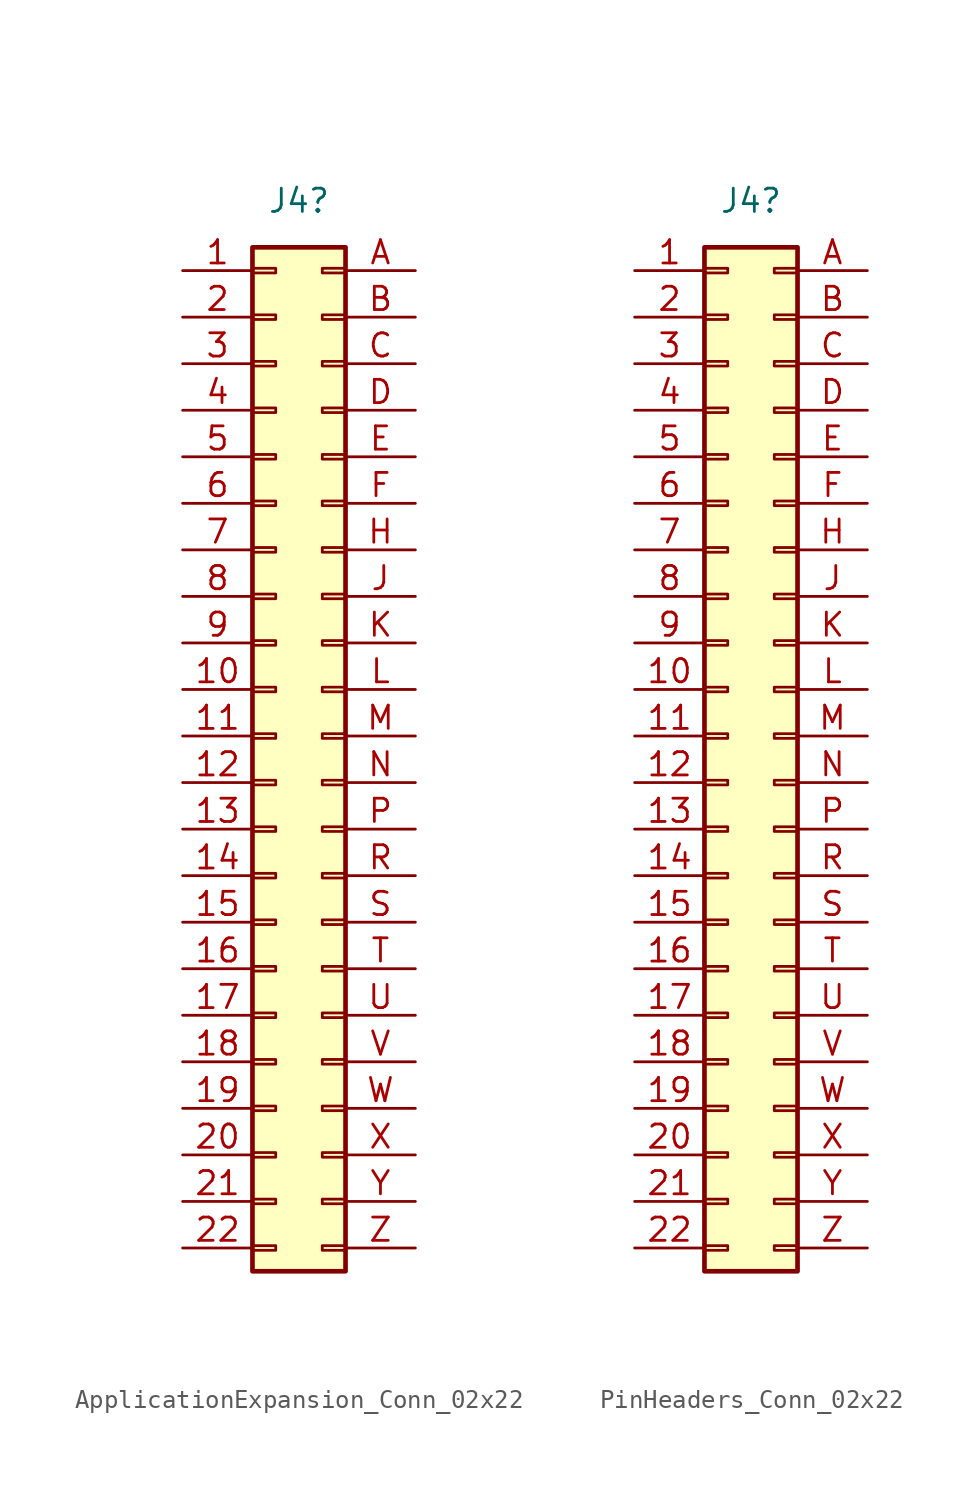
<source format=kicad_sym>
(kicad_symbol_lib
  (version 20231120)
  (generator "kicad_symbol_editor")
  (generator_version "8.0")
  (symbol "ApplicationExpansion_Conn_02x22"
    (pin_names
      (offset 1.016) hide)
    (property "Reference" "J4"
      (at 1.27 29.21 0)
      (effects (font (size 1.27 1.27))))
    (symbol "ApplicationExpansion_Conn_02x22_1_1"
      (rectangle (start -1.27 -27.813) (end 0 -28.067) (stroke (width 0.152) (type default)) (fill (type none)))
      (rectangle (start -1.27 -25.273) (end 0 -25.527) (stroke (width 0.152) (type default)) (fill (type none)))
      (rectangle (start -1.27 -22.733) (end 0 -22.987) (stroke (width 0.152) (type default)) (fill (type none)))
      (rectangle (start -1.27 -20.193) (end 0 -20.447) (stroke (width 0.152) (type default)) (fill (type none)))
      (rectangle (start -1.27 -17.653) (end 0 -17.907) (stroke (width 0.152) (type default)) (fill (type none)))
      (rectangle (start -1.27 -15.113) (end 0 -15.367) (stroke (width 0.152) (type default)) (fill (type none)))
      (rectangle (start -1.27 -12.573) (end 0 -12.827) (stroke (width 0.152) (type default)) (fill (type none)))
      (rectangle (start -1.27 -10.033) (end 0 -10.287) (stroke (width 0.152) (type default)) (fill (type none)))
      (rectangle (start -1.27 -7.493) (end 0 -7.747) (stroke (width 0.152) (type default)) (fill (type none)))
      (rectangle (start -1.27 -4.953) (end 0 -5.207) (stroke (width 0.152) (type default)) (fill (type none)))
      (rectangle (start -1.27 -2.413) (end 0 -2.667) (stroke (width 0.152) (type default)) (fill (type none)))
      (rectangle (start -1.27 0.127) (end 0 -0.127) (stroke (width 0.152) (type default)) (fill (type none)))
      (rectangle (start -1.27 2.667) (end 0 2.413) (stroke (width 0.152) (type default)) (fill (type none)))
      (rectangle (start -1.27 5.207) (end 0 4.953) (stroke (width 0.152) (type default)) (fill (type none)))
      (rectangle (start -1.27 7.747) (end 0 7.493) (stroke (width 0.152) (type default)) (fill (type none)))
      (rectangle (start -1.27 10.287) (end 0 10.033) (stroke (width 0.152) (type default)) (fill (type none)))
      (rectangle (start -1.27 12.827) (end 0 12.573) (stroke (width 0.152) (type default)) (fill (type none)))
      (rectangle (start -1.27 15.367) (end 0 15.113) (stroke (width 0.152) (type default)) (fill (type none)))
      (rectangle (start -1.27 17.907) (end 0 17.653) (stroke (width 0.152) (type default)) (fill (type none)))
      (rectangle (start -1.27 20.447) (end 0 20.193) (stroke (width 0.152) (type default)) (fill (type none)))
      (rectangle (start -1.27 22.987) (end 0 22.733) (stroke (width 0.152) (type default)) (fill (type none)))
      (rectangle (start -1.27 25.527) (end 0 25.273) (stroke (width 0.152) (type default)) (fill (type none)))
      (rectangle (start -1.27 26.67) (end 3.81 -29.21) (stroke (width 0.254) (type default)) (fill (type background)))
      (rectangle (start 3.81 -27.813) (end 2.54 -28.067) (stroke (width 0.152) (type default)) (fill (type none)))
      (rectangle (start 3.81 -25.273) (end 2.54 -25.527) (stroke (width 0.152) (type default)) (fill (type none)))
      (rectangle (start 3.81 -22.733) (end 2.54 -22.987) (stroke (width 0.152) (type default)) (fill (type none)))
      (rectangle (start 3.81 -20.193) (end 2.54 -20.447) (stroke (width 0.152) (type default)) (fill (type none)))
      (rectangle (start 3.81 -17.653) (end 2.54 -17.907) (stroke (width 0.152) (type default)) (fill (type none)))
      (rectangle (start 3.81 -15.113) (end 2.54 -15.367) (stroke (width 0.152) (type default)) (fill (type none)))
      (rectangle (start 3.81 -12.573) (end 2.54 -12.827) (stroke (width 0.152) (type default)) (fill (type none)))
      (rectangle (start 3.81 -10.033) (end 2.54 -10.287) (stroke (width 0.152) (type default)) (fill (type none)))
      (rectangle (start 3.81 -7.493) (end 2.54 -7.747) (stroke (width 0.152) (type default)) (fill (type none)))
      (rectangle (start 3.81 -4.953) (end 2.54 -5.207) (stroke (width 0.152) (type default)) (fill (type none)))
      (rectangle (start 3.81 -2.413) (end 2.54 -2.667) (stroke (width 0.152) (type default)) (fill (type none)))
      (rectangle (start 3.81 0.127) (end 2.54 -0.127) (stroke (width 0.152) (type default)) (fill (type none)))
      (rectangle (start 3.81 2.667) (end 2.54 2.413) (stroke (width 0.152) (type default)) (fill (type none)))
      (rectangle (start 3.81 5.207) (end 2.54 4.953) (stroke (width 0.152) (type default)) (fill (type none)))
      (rectangle (start 3.81 7.747) (end 2.54 7.493) (stroke (width 0.152) (type default)) (fill (type none)))
      (rectangle (start 3.81 10.287) (end 2.54 10.033) (stroke (width 0.152) (type default)) (fill (type none)))
      (rectangle (start 3.81 12.827) (end 2.54 12.573) (stroke (width 0.152) (type default)) (fill (type none)))
      (rectangle (start 3.81 15.367) (end 2.54 15.113) (stroke (width 0.152) (type default)) (fill (type none)))
      (rectangle (start 3.81 17.907) (end 2.54 17.653) (stroke (width 0.152) (type default)) (fill (type none)))
      (rectangle (start 3.81 20.447) (end 2.54 20.193) (stroke (width 0.152) (type default)) (fill (type none)))
      (rectangle (start 3.81 22.987) (end 2.54 22.733) (stroke (width 0.152) (type default)) (fill (type none)))
      (rectangle (start 3.81 25.527) (end 2.54 25.273) (stroke (width 0.152) (type default)) (fill (type none)))
      (pin power_out line (at -5.08 25.4 0) (length 3.81) (name "Pin_1" (effects (font (size 1.27 1.27)))) (number "1" (effects (font (size 1.27 1.27)))))
      (pin bidirectional line (at -5.08 2.54 0) (length 3.81) (name "Pin_10" (effects (font (size 1.27 1.27)))) (number "10" (effects (font (size 1.27 1.27)))))
      (pin bidirectional line (at -5.08 0 0) (length 3.81) (name "Pin_11" (effects (font (size 1.27 1.27)))) (number "11" (effects (font (size 1.27 1.27)))))
      (pin bidirectional line (at -5.08 -2.54 0) (length 3.81) (name "Pin_12" (effects (font (size 1.27 1.27)))) (number "12" (effects (font (size 1.27 1.27)))))
      (pin bidirectional line (at -5.08 -5.08 0) (length 3.81) (name "Pin_13" (effects (font (size 1.27 1.27)))) (number "13" (effects (font (size 1.27 1.27)))))
      (pin bidirectional line (at -5.08 -7.62 0) (length 3.81) (name "Pin_14" (effects (font (size 1.27 1.27)))) (number "14" (effects (font (size 1.27 1.27)))))
      (pin bidirectional line (at -5.08 -10.16 0) (length 3.81) (name "Pin_15" (effects (font (size 1.27 1.27)))) (number "15" (effects (font (size 1.27 1.27)))))
      (pin bidirectional line (at -5.08 -12.7 0) (length 3.81) (name "Pin_16" (effects (font (size 1.27 1.27)))) (number "16" (effects (font (size 1.27 1.27)))))
      (pin bidirectional line (at -5.08 -15.24 0) (length 3.81) (name "Pin_17" (effects (font (size 1.27 1.27)))) (number "17" (effects (font (size 1.27 1.27)))))
      (pin bidirectional line (at -5.08 -17.78 0) (length 3.81) (name "Pin_18" (effects (font (size 1.27 1.27)))) (number "18" (effects (font (size 1.27 1.27)))))
      (pin bidirectional line (at -5.08 -20.32 0) (length 3.81) (name "Pin_19" (effects (font (size 1.27 1.27)))) (number "19" (effects (font (size 1.27 1.27)))))
      (pin bidirectional line (at -5.08 22.86 0) (length 3.81) (name "Pin_2" (effects (font (size 1.27 1.27)))) (number "2" (effects (font (size 1.27 1.27)))))
      (pin bidirectional line (at -5.08 -22.86 0) (length 3.81) (name "Pin_20" (effects (font (size 1.27 1.27)))) (number "20" (effects (font (size 1.27 1.27)))))
      (pin bidirectional line (at -5.08 -25.4 0) (length 3.81) (name "Pin_21" (effects (font (size 1.27 1.27)))) (number "21" (effects (font (size 1.27 1.27)))))
      (pin bidirectional line (at -5.08 -27.94 0) (length 3.81) (name "Pin_22" (effects (font (size 1.27 1.27)))) (number "22" (effects (font (size 1.27 1.27)))))
      (pin bidirectional line (at -5.08 20.32 0) (length 3.81) (name "Pin_3" (effects (font (size 1.27 1.27)))) (number "3" (effects (font (size 1.27 1.27)))))
      (pin bidirectional line (at -5.08 17.78 0) (length 3.81) (name "Pin_4" (effects (font (size 1.27 1.27)))) (number "4" (effects (font (size 1.27 1.27)))))
      (pin bidirectional line (at -5.08 15.24 0) (length 3.81) (name "Pin_5" (effects (font (size 1.27 1.27)))) (number "5" (effects (font (size 1.27 1.27)))))
      (pin bidirectional line (at -5.08 12.7 0) (length 3.81) (name "Pin_6" (effects (font (size 1.27 1.27)))) (number "6" (effects (font (size 1.27 1.27)))))
      (pin bidirectional line (at -5.08 10.16 0) (length 3.81) (name "Pin_7" (effects (font (size 1.27 1.27)))) (number "7" (effects (font (size 1.27 1.27)))))
      (pin bidirectional line (at -5.08 7.62 0) (length 3.81) (name "Pin_8" (effects (font (size 1.27 1.27)))) (number "8" (effects (font (size 1.27 1.27)))))
      (pin bidirectional line (at -5.08 5.08 0) (length 3.81) (name "Pin_9" (effects (font (size 1.27 1.27)))) (number "9" (effects (font (size 1.27 1.27)))))
      (pin bidirectional line (at 7.62 25.4 180) (length 3.81) (name "Pin_A" (effects (font (size 1.27 1.27)))) (number "A" (effects (font (size 1.27 1.27)))))
      (pin bidirectional line (at 7.62 22.86 180) (length 3.81) (name "Pin_B" (effects (font (size 1.27 1.27)))) (number "B" (effects (font (size 1.27 1.27)))))
      (pin bidirectional line (at 7.62 20.32 180) (length 3.81) (name "Pin_C" (effects (font (size 1.27 1.27)))) (number "C" (effects (font (size 1.27 1.27)))))
      (pin bidirectional line (at 7.62 17.78 180) (length 3.81) (name "Pin_D" (effects (font (size 1.27 1.27)))) (number "D" (effects (font (size 1.27 1.27)))))
      (pin bidirectional line (at 7.62 15.24 180) (length 3.81) (name "Pin_E" (effects (font (size 1.27 1.27)))) (number "E" (effects (font (size 1.27 1.27)))))
      (pin bidirectional line (at 7.62 12.7 180) (length 3.81) (name "Pin_F" (effects (font (size 1.27 1.27)))) (number "F" (effects (font (size 1.27 1.27)))))
      (pin bidirectional line (at 7.62 10.16 180) (length 3.81) (name "Pin_H" (effects (font (size 1.27 1.27)))) (number "H" (effects (font (size 1.27 1.27)))))
      (pin bidirectional line (at 7.62 7.62 180) (length 3.81) (name "Pin_J" (effects (font (size 1.27 1.27)))) (number "J" (effects (font (size 1.27 1.27)))))
      (pin bidirectional line (at 7.62 5.08 180) (length 3.81) (name "Pin_K" (effects (font (size 1.27 1.27)))) (number "K" (effects (font (size 1.27 1.27)))))
      (pin bidirectional line (at 7.62 2.54 180) (length 3.81) (name "Pin_L" (effects (font (size 1.27 1.27)))) (number "L" (effects (font (size 1.27 1.27)))))
      (pin bidirectional line (at 7.62 0 180) (length 3.81) (name "Pin_M" (effects (font (size 1.27 1.27)))) (number "M" (effects (font (size 1.27 1.27)))))
      (pin bidirectional line (at 7.62 -2.54 180) (length 3.81) (name "Pin_N" (effects (font (size 1.27 1.27)))) (number "N" (effects (font (size 1.27 1.27)))))
      (pin bidirectional line (at 7.62 -5.08 180) (length 3.81) (name "Pin_P" (effects (font (size 1.27 1.27)))) (number "P" (effects (font (size 1.27 1.27)))))
      (pin bidirectional line (at 7.62 -7.62 180) (length 3.81) (name "Pin_R" (effects (font (size 1.27 1.27)))) (number "R" (effects (font (size 1.27 1.27)))))
      (pin bidirectional line (at 7.62 -10.16 180) (length 3.81) (name "Pin_S" (effects (font (size 1.27 1.27)))) (number "S" (effects (font (size 1.27 1.27)))))
      (pin bidirectional line (at 7.62 -12.7 180) (length 3.81) (name "Pin_T" (effects (font (size 1.27 1.27)))) (number "T" (effects (font (size 1.27 1.27)))))
      (pin bidirectional line (at 7.62 -15.24 180) (length 3.81) (name "Pin_U" (effects (font (size 1.27 1.27)))) (number "U" (effects (font (size 1.27 1.27)))))
      (pin bidirectional line (at 7.62 -17.78 180) (length 3.81) (name "Pin_V" (effects (font (size 1.27 1.27)))) (number "V" (effects (font (size 1.27 1.27)))))
      (pin bidirectional line (at 7.62 -20.32 180) (length 3.81) (name "Pin_W" (effects (font (size 1.27 1.27)))) (number "W" (effects (font (size 1.27 1.27)))))
      (pin bidirectional line (at 7.62 -22.86 180) (length 3.81) (name "Pin_X" (effects (font (size 1.27 1.27)))) (number "X" (effects (font (size 1.27 1.27)))))
      (pin bidirectional line (at 7.62 -25.4 180) (length 3.81) (name "Pin_Y" (effects (font (size 1.27 1.27)))) (number "Y" (effects (font (size 1.27 1.27)))))
      (pin bidirectional line (at 7.62 -27.94 180) (length 3.81) (name "Pin_Z" (effects (font (size 1.27 1.27)))) (number "Z" (effects (font (size 1.27 1.27)))))))
  (symbol "PinHeaders_Conn_02x22"
    (pin_names
      (offset 1.016) hide)
    (property "Reference" "J4"
      (at 1.27 29.21 0)
      (effects (font (size 1.27 1.27))))
    (symbol "PinHeaders_Conn_02x22_1_1"
      (rectangle (start -1.27 -27.813) (end 0 -28.067) (stroke (width 0.152) (type default)) (fill (type none)))
      (rectangle (start -1.27 -25.273) (end 0 -25.527) (stroke (width 0.152) (type default)) (fill (type none)))
      (rectangle (start -1.27 -22.733) (end 0 -22.987) (stroke (width 0.152) (type default)) (fill (type none)))
      (rectangle (start -1.27 -20.193) (end 0 -20.447) (stroke (width 0.152) (type default)) (fill (type none)))
      (rectangle (start -1.27 -17.653) (end 0 -17.907) (stroke (width 0.152) (type default)) (fill (type none)))
      (rectangle (start -1.27 -15.113) (end 0 -15.367) (stroke (width 0.152) (type default)) (fill (type none)))
      (rectangle (start -1.27 -12.573) (end 0 -12.827) (stroke (width 0.152) (type default)) (fill (type none)))
      (rectangle (start -1.27 -10.033) (end 0 -10.287) (stroke (width 0.152) (type default)) (fill (type none)))
      (rectangle (start -1.27 -7.493) (end 0 -7.747) (stroke (width 0.152) (type default)) (fill (type none)))
      (rectangle (start -1.27 -4.953) (end 0 -5.207) (stroke (width 0.152) (type default)) (fill (type none)))
      (rectangle (start -1.27 -2.413) (end 0 -2.667) (stroke (width 0.152) (type default)) (fill (type none)))
      (rectangle (start -1.27 0.127) (end 0 -0.127) (stroke (width 0.152) (type default)) (fill (type none)))
      (rectangle (start -1.27 2.667) (end 0 2.413) (stroke (width 0.152) (type default)) (fill (type none)))
      (rectangle (start -1.27 5.207) (end 0 4.953) (stroke (width 0.152) (type default)) (fill (type none)))
      (rectangle (start -1.27 7.747) (end 0 7.493) (stroke (width 0.152) (type default)) (fill (type none)))
      (rectangle (start -1.27 10.287) (end 0 10.033) (stroke (width 0.152) (type default)) (fill (type none)))
      (rectangle (start -1.27 12.827) (end 0 12.573) (stroke (width 0.152) (type default)) (fill (type none)))
      (rectangle (start -1.27 15.367) (end 0 15.113) (stroke (width 0.152) (type default)) (fill (type none)))
      (rectangle (start -1.27 17.907) (end 0 17.653) (stroke (width 0.152) (type default)) (fill (type none)))
      (rectangle (start -1.27 20.447) (end 0 20.193) (stroke (width 0.152) (type default)) (fill (type none)))
      (rectangle (start -1.27 22.987) (end 0 22.733) (stroke (width 0.152) (type default)) (fill (type none)))
      (rectangle (start -1.27 25.527) (end 0 25.273) (stroke (width 0.152) (type default)) (fill (type none)))
      (rectangle (start -1.27 26.67) (end 3.81 -29.21) (stroke (width 0.254) (type default)) (fill (type background)))
      (rectangle (start 3.81 -27.813) (end 2.54 -28.067) (stroke (width 0.152) (type default)) (fill (type none)))
      (rectangle (start 3.81 -25.273) (end 2.54 -25.527) (stroke (width 0.152) (type default)) (fill (type none)))
      (rectangle (start 3.81 -22.733) (end 2.54 -22.987) (stroke (width 0.152) (type default)) (fill (type none)))
      (rectangle (start 3.81 -20.193) (end 2.54 -20.447) (stroke (width 0.152) (type default)) (fill (type none)))
      (rectangle (start 3.81 -17.653) (end 2.54 -17.907) (stroke (width 0.152) (type default)) (fill (type none)))
      (rectangle (start 3.81 -15.113) (end 2.54 -15.367) (stroke (width 0.152) (type default)) (fill (type none)))
      (rectangle (start 3.81 -12.573) (end 2.54 -12.827) (stroke (width 0.152) (type default)) (fill (type none)))
      (rectangle (start 3.81 -10.033) (end 2.54 -10.287) (stroke (width 0.152) (type default)) (fill (type none)))
      (rectangle (start 3.81 -7.493) (end 2.54 -7.747) (stroke (width 0.152) (type default)) (fill (type none)))
      (rectangle (start 3.81 -4.953) (end 2.54 -5.207) (stroke (width 0.152) (type default)) (fill (type none)))
      (rectangle (start 3.81 -2.413) (end 2.54 -2.667) (stroke (width 0.152) (type default)) (fill (type none)))
      (rectangle (start 3.81 0.127) (end 2.54 -0.127) (stroke (width 0.152) (type default)) (fill (type none)))
      (rectangle (start 3.81 2.667) (end 2.54 2.413) (stroke (width 0.152) (type default)) (fill (type none)))
      (rectangle (start 3.81 5.207) (end 2.54 4.953) (stroke (width 0.152) (type default)) (fill (type none)))
      (rectangle (start 3.81 7.747) (end 2.54 7.493) (stroke (width 0.152) (type default)) (fill (type none)))
      (rectangle (start 3.81 10.287) (end 2.54 10.033) (stroke (width 0.152) (type default)) (fill (type none)))
      (rectangle (start 3.81 12.827) (end 2.54 12.573) (stroke (width 0.152) (type default)) (fill (type none)))
      (rectangle (start 3.81 15.367) (end 2.54 15.113) (stroke (width 0.152) (type default)) (fill (type none)))
      (rectangle (start 3.81 17.907) (end 2.54 17.653) (stroke (width 0.152) (type default)) (fill (type none)))
      (rectangle (start 3.81 20.447) (end 2.54 20.193) (stroke (width 0.152) (type default)) (fill (type none)))
      (rectangle (start 3.81 22.987) (end 2.54 22.733) (stroke (width 0.152) (type default)) (fill (type none)))
      (rectangle (start 3.81 25.527) (end 2.54 25.273) (stroke (width 0.152) (type default)) (fill (type none)))
      (pin power_out line (at -5.08 25.4 0) (length 3.81) (name "Pin_1" (effects (font (size 1.27 1.27)))) (number "1" (effects (font (size 1.27 1.27)))))
      (pin bidirectional line (at -5.08 2.54 0) (length 3.81) (name "Pin_10" (effects (font (size 1.27 1.27)))) (number "10" (effects (font (size 1.27 1.27)))))
      (pin bidirectional line (at -5.08 0 0) (length 3.81) (name "Pin_11" (effects (font (size 1.27 1.27)))) (number "11" (effects (font (size 1.27 1.27)))))
      (pin bidirectional line (at -5.08 -2.54 0) (length 3.81) (name "Pin_12" (effects (font (size 1.27 1.27)))) (number "12" (effects (font (size 1.27 1.27)))))
      (pin bidirectional line (at -5.08 -5.08 0) (length 3.81) (name "Pin_13" (effects (font (size 1.27 1.27)))) (number "13" (effects (font (size 1.27 1.27)))))
      (pin bidirectional line (at -5.08 -7.62 0) (length 3.81) (name "Pin_14" (effects (font (size 1.27 1.27)))) (number "14" (effects (font (size 1.27 1.27)))))
      (pin bidirectional line (at -5.08 -10.16 0) (length 3.81) (name "Pin_15" (effects (font (size 1.27 1.27)))) (number "15" (effects (font (size 1.27 1.27)))))
      (pin bidirectional line (at -5.08 -12.7 0) (length 3.81) (name "Pin_16" (effects (font (size 1.27 1.27)))) (number "16" (effects (font (size 1.27 1.27)))))
      (pin bidirectional line (at -5.08 -15.24 0) (length 3.81) (name "Pin_17" (effects (font (size 1.27 1.27)))) (number "17" (effects (font (size 1.27 1.27)))))
      (pin bidirectional line (at -5.08 -17.78 0) (length 3.81) (name "Pin_18" (effects (font (size 1.27 1.27)))) (number "18" (effects (font (size 1.27 1.27)))))
      (pin bidirectional line (at -5.08 -20.32 0) (length 3.81) (name "Pin_19" (effects (font (size 1.27 1.27)))) (number "19" (effects (font (size 1.27 1.27)))))
      (pin bidirectional line (at -5.08 22.86 0) (length 3.81) (name "Pin_2" (effects (font (size 1.27 1.27)))) (number "2" (effects (font (size 1.27 1.27)))))
      (pin bidirectional line (at -5.08 -22.86 0) (length 3.81) (name "Pin_20" (effects (font (size 1.27 1.27)))) (number "20" (effects (font (size 1.27 1.27)))))
      (pin bidirectional line (at -5.08 -25.4 0) (length 3.81) (name "Pin_21" (effects (font (size 1.27 1.27)))) (number "21" (effects (font (size 1.27 1.27)))))
      (pin bidirectional line (at -5.08 -27.94 0) (length 3.81) (name "Pin_22" (effects (font (size 1.27 1.27)))) (number "22" (effects (font (size 1.27 1.27)))))
      (pin bidirectional line (at -5.08 20.32 0) (length 3.81) (name "Pin_3" (effects (font (size 1.27 1.27)))) (number "3" (effects (font (size 1.27 1.27)))))
      (pin bidirectional line (at -5.08 17.78 0) (length 3.81) (name "Pin_4" (effects (font (size 1.27 1.27)))) (number "4" (effects (font (size 1.27 1.27)))))
      (pin bidirectional line (at -5.08 15.24 0) (length 3.81) (name "Pin_5" (effects (font (size 1.27 1.27)))) (number "5" (effects (font (size 1.27 1.27)))))
      (pin bidirectional line (at -5.08 12.7 0) (length 3.81) (name "Pin_6" (effects (font (size 1.27 1.27)))) (number "6" (effects (font (size 1.27 1.27)))))
      (pin bidirectional line (at -5.08 10.16 0) (length 3.81) (name "Pin_7" (effects (font (size 1.27 1.27)))) (number "7" (effects (font (size 1.27 1.27)))))
      (pin bidirectional line (at -5.08 7.62 0) (length 3.81) (name "Pin_8" (effects (font (size 1.27 1.27)))) (number "8" (effects (font (size 1.27 1.27)))))
      (pin bidirectional line (at -5.08 5.08 0) (length 3.81) (name "Pin_9" (effects (font (size 1.27 1.27)))) (number "9" (effects (font (size 1.27 1.27)))))
      (pin bidirectional line (at 7.62 25.4 180) (length 3.81) (name "Pin_A" (effects (font (size 1.27 1.27)))) (number "A" (effects (font (size 1.27 1.27)))))
      (pin bidirectional line (at 7.62 22.86 180) (length 3.81) (name "Pin_B" (effects (font (size 1.27 1.27)))) (number "B" (effects (font (size 1.27 1.27)))))
      (pin bidirectional line (at 7.62 20.32 180) (length 3.81) (name "Pin_C" (effects (font (size 1.27 1.27)))) (number "C" (effects (font (size 1.27 1.27)))))
      (pin bidirectional line (at 7.62 17.78 180) (length 3.81) (name "Pin_D" (effects (font (size 1.27 1.27)))) (number "D" (effects (font (size 1.27 1.27)))))
      (pin bidirectional line (at 7.62 15.24 180) (length 3.81) (name "Pin_E" (effects (font (size 1.27 1.27)))) (number "E" (effects (font (size 1.27 1.27)))))
      (pin bidirectional line (at 7.62 12.7 180) (length 3.81) (name "Pin_F" (effects (font (size 1.27 1.27)))) (number "F" (effects (font (size 1.27 1.27)))))
      (pin bidirectional line (at 7.62 10.16 180) (length 3.81) (name "Pin_H" (effects (font (size 1.27 1.27)))) (number "H" (effects (font (size 1.27 1.27)))))
      (pin bidirectional line (at 7.62 7.62 180) (length 3.81) (name "Pin_J" (effects (font (size 1.27 1.27)))) (number "J" (effects (font (size 1.27 1.27)))))
      (pin bidirectional line (at 7.62 5.08 180) (length 3.81) (name "Pin_K" (effects (font (size 1.27 1.27)))) (number "K" (effects (font (size 1.27 1.27)))))
      (pin bidirectional line (at 7.62 2.54 180) (length 3.81) (name "Pin_L" (effects (font (size 1.27 1.27)))) (number "L" (effects (font (size 1.27 1.27)))))
      (pin bidirectional line (at 7.62 0 180) (length 3.81) (name "Pin_M" (effects (font (size 1.27 1.27)))) (number "M" (effects (font (size 1.27 1.27)))))
      (pin bidirectional line (at 7.62 -2.54 180) (length 3.81) (name "Pin_N" (effects (font (size 1.27 1.27)))) (number "N" (effects (font (size 1.27 1.27)))))
      (pin bidirectional line (at 7.62 -5.08 180) (length 3.81) (name "Pin_P" (effects (font (size 1.27 1.27)))) (number "P" (effects (font (size 1.27 1.27)))))
      (pin bidirectional line (at 7.62 -7.62 180) (length 3.81) (name "Pin_R" (effects (font (size 1.27 1.27)))) (number "R" (effects (font (size 1.27 1.27)))))
      (pin bidirectional line (at 7.62 -10.16 180) (length 3.81) (name "Pin_S" (effects (font (size 1.27 1.27)))) (number "S" (effects (font (size 1.27 1.27)))))
      (pin bidirectional line (at 7.62 -12.7 180) (length 3.81) (name "Pin_T" (effects (font (size 1.27 1.27)))) (number "T" (effects (font (size 1.27 1.27)))))
      (pin bidirectional line (at 7.62 -15.24 180) (length 3.81) (name "Pin_U" (effects (font (size 1.27 1.27)))) (number "U" (effects (font (size 1.27 1.27)))))
      (pin bidirectional line (at 7.62 -17.78 180) (length 3.81) (name "Pin_V" (effects (font (size 1.27 1.27)))) (number "V" (effects (font (size 1.27 1.27)))))
      (pin bidirectional line (at 7.62 -20.32 180) (length 3.81) (name "Pin_W" (effects (font (size 1.27 1.27)))) (number "W" (effects (font (size 1.27 1.27)))))
      (pin bidirectional line (at 7.62 -22.86 180) (length 3.81) (name "Pin_X" (effects (font (size 1.27 1.27)))) (number "X" (effects (font (size 1.27 1.27)))))
      (pin bidirectional line (at 7.62 -25.4 180) (length 3.81) (name "Pin_Y" (effects (font (size 1.27 1.27)))) (number "Y" (effects (font (size 1.27 1.27)))))
      (pin bidirectional line (at 7.62 -27.94 180) (length 3.81) (name "Pin_Z" (effects (font (size 1.27 1.27)))) (number "Z" (effects (font (size 1.27 1.27))))))))
</source>
